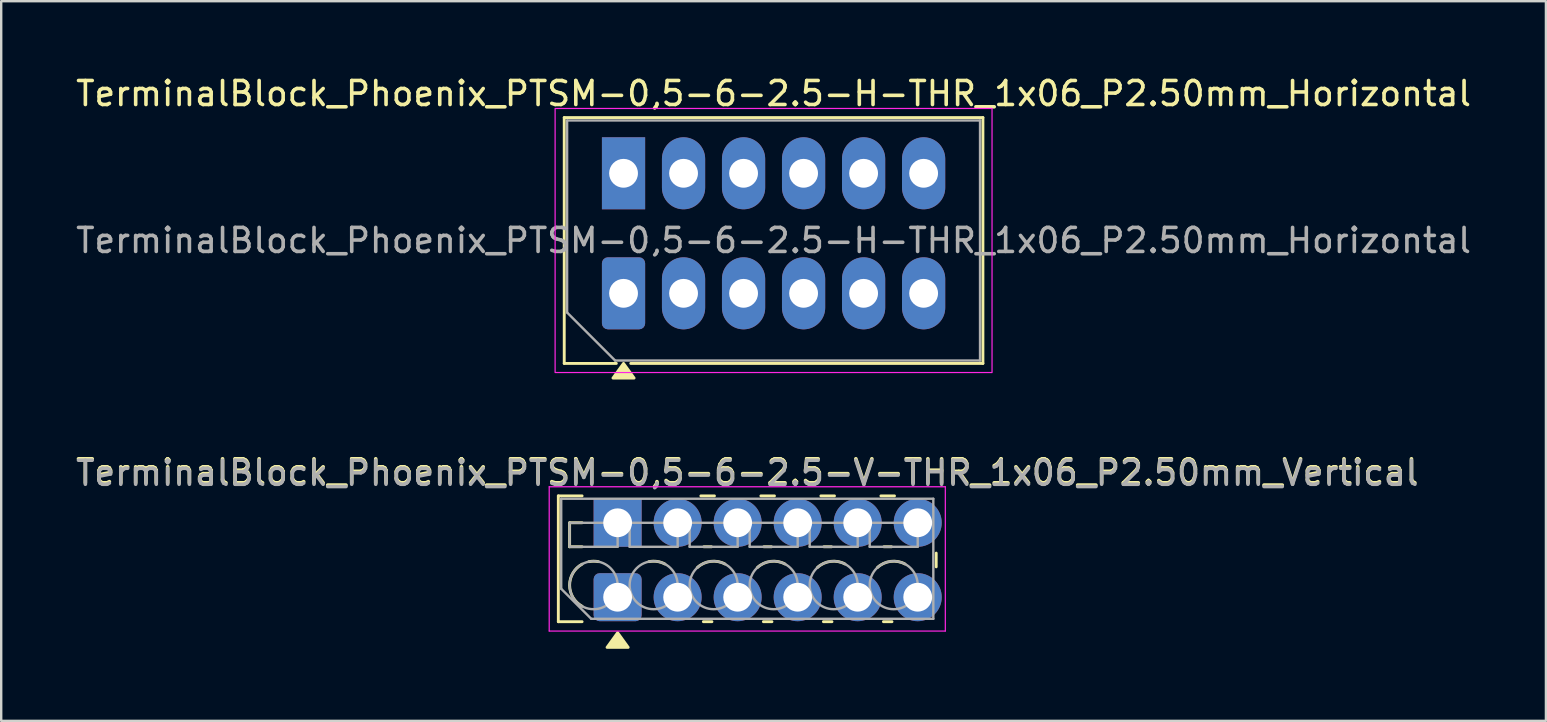
<source format=kicad_pcb>
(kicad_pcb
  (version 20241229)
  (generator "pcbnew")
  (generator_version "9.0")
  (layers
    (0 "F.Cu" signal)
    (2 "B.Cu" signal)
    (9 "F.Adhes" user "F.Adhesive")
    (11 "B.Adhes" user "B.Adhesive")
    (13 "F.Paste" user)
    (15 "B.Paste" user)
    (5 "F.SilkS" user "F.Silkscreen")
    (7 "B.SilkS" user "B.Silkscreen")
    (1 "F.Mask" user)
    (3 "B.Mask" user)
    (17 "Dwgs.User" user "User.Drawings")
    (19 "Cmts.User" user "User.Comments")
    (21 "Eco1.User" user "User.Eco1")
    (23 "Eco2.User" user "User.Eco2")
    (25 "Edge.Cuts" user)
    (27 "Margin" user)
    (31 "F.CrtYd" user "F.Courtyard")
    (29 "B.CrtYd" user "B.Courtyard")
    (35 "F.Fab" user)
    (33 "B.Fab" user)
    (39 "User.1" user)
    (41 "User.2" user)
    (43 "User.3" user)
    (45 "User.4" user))
  (footprint "TerminalBlock_Phoenix_PTSM-0,5-6-2.5-H-THR_1x06_P2.50mm_Horizontal"
    (layer "F.Cu")
    (at 22.923 9.168)
    (property "Reference" "TerminalBlock_Phoenix_PTSM-0,5-6-2.5-H-THR_1x06_P2.50mm_Horizontal" (at 6.25 -8.32 0) (layer "F.SilkS") (effects (font (size 1 1) (thickness 0.15))))
    (attr through_hole)
    (fp_line (start -2.47 -7.32) (end 14.97 -7.32) (stroke (width 0.12) (type solid)) (layer "F.SilkS"))
    (fp_line (start -2.47 2.92) (end -2.47 -7.32) (stroke (width 0.12) (type solid)) (layer "F.SilkS"))
    (fp_line (start -0.3 2.92) (end -2.47 2.92) (stroke (width 0.12) (type solid)) (layer "F.SilkS"))
    (fp_line (start 14.97 -7.32) (end 14.97 2.92) (stroke (width 0.12) (type solid)) (layer "F.SilkS"))
    (fp_line (start 14.97 2.92) (end 0.3 2.92) (stroke (width 0.12) (type solid)) (layer "F.SilkS"))
    (fp_poly (pts (xy 0 2.92) (xy 0.44 3.53) (xy -0.44 3.53)) (stroke (width 0.12) (type solid)) (fill yes) (layer "F.SilkS"))
    (fp_rect (start -2.85 -7.7) (end 15.35 3.3) (stroke (width 0.05) (type solid)) (fill no) (layer "F.CrtYd"))
    (fp_line (start -2.35 -7.2) (end 14.85 -7.2) (stroke (width 0.1) (type solid)) (layer "F.Fab"))
    (fp_line (start -2.35 0.8) (end -2.35 -7.2) (stroke (width 0.1) (type solid)) (layer "F.Fab"))
    (fp_line (start -0.35 2.8) (end -2.35 0.8) (stroke (width 0.1) (type solid)) (layer "F.Fab"))
    (fp_line (start 14.85 -7.2) (end 14.85 2.8) (stroke (width 0.1) (type solid)) (layer "F.Fab"))
    (fp_line (start 14.85 2.8) (end -0.35 2.8) (stroke (width 0.1) (type solid)) (layer "F.Fab"))
    (fp_text user "${REFERENCE}" (at 6.25 -2.2 0) (layer "F.Fab") (effects (font (size 1 1) (thickness 0.15))))
    (pad "1" thru_hole rect (at 0 -5) (size 1.8 3) (drill 1.2) (layers "*.Cu" "*.Mask"))
    (pad "1" thru_hole roundrect (at 0 0) (size 1.8 3) (drill 1.2) (layers "*.Cu" "*.Mask") (roundrect_rratio 0.139))
    (pad "2" thru_hole oval (at 2.5 -5) (size 1.8 3) (drill 1.2) (layers "*.Cu" "*.Mask"))
    (pad "2" thru_hole oval (at 2.5 0) (size 1.8 3) (drill 1.2) (layers "*.Cu" "*.Mask"))
    (pad "3" thru_hole oval (at 5 -5) (size 1.8 3) (drill 1.2) (layers "*.Cu" "*.Mask"))
    (pad "3" thru_hole oval (at 5 0) (size 1.8 3) (drill 1.2) (layers "*.Cu" "*.Mask"))
    (pad "4" thru_hole oval (at 7.5 -5) (size 1.8 3) (drill 1.2) (layers "*.Cu" "*.Mask"))
    (pad "4" thru_hole oval (at 7.5 0) (size 1.8 3) (drill 1.2) (layers "*.Cu" "*.Mask"))
    (pad "5" thru_hole oval (at 10 -5) (size 1.8 3) (drill 1.2) (layers "*.Cu" "*.Mask"))
    (pad "5" thru_hole oval (at 10 0) (size 1.8 3) (drill 1.2) (layers "*.Cu" "*.Mask"))
    (pad "6" thru_hole oval (at 12.5 -5) (size 1.8 3) (drill 1.2) (layers "*.Cu" "*.Mask"))
    (pad "6" thru_hole oval (at 12.5 0) (size 1.8 3) (drill 1.2) (layers "*.Cu" "*.Mask")))
  (footprint "TerminalBlock_Phoenix_PTSM-0,5-6-2.5-V-THR_1x06_P2.50mm_Vertical"
    (layer "F.Cu")
    (at 22.677 21.826)
    (property "Reference" "TerminalBlock_Phoenix_PTSM-0,5-6-2.5-V-THR_1x06_P2.50mm_Vertical" (at 5.4 -5.22 0) (layer "F.SilkS") (effects (font (size 1 1) (thickness 0.15))))
    (attr through_hole)
    (fp_line (start -2.47 -4.22) (end -2.47 1.02) (stroke (width 0.12) (type solid)) (layer "F.SilkS"))
    (fp_line (start -2.47 -4.22) (end -1.48 -4.22) (stroke (width 0.12) (type solid)) (layer "F.SilkS"))
    (fp_line (start -2.47 1.02) (end -1.48 1.02) (stroke (width 0.12) (type solid)) (layer "F.SilkS"))
    (fp_line (start -2 -3.1) (end -2 -2.1) (stroke (width 0.12) (type solid)) (layer "F.SilkS"))
    (fp_line (start -2 -3.1) (end -1.48 -3.1) (stroke (width 0.12) (type solid)) (layer "F.SilkS"))
    (fp_line (start -2 -2.1) (end -1.48 -2.1) (stroke (width 0.12) (type solid)) (layer "F.SilkS"))
    (fp_line (start 3.467 -4.22) (end 4.033 -4.22) (stroke (width 0.12) (type solid)) (layer "F.SilkS"))
    (fp_line (start 3.572 1.02) (end 3.928 1.02) (stroke (width 0.12) (type solid)) (layer "F.SilkS"))
    (fp_line (start 3.591 -2.1) (end 3.909 -2.1) (stroke (width 0.12) (type solid)) (layer "F.SilkS"))
    (fp_line (start 5.967 -4.22) (end 6.533 -4.22) (stroke (width 0.12) (type solid)) (layer "F.SilkS"))
    (fp_line (start 6.072 1.02) (end 6.428 1.02) (stroke (width 0.12) (type solid)) (layer "F.SilkS"))
    (fp_line (start 6.091 -2.1) (end 6.409 -2.1) (stroke (width 0.12) (type solid)) (layer "F.SilkS"))
    (fp_line (start 8.467 -4.22) (end 9.033 -4.22) (stroke (width 0.12) (type solid)) (layer "F.SilkS"))
    (fp_line (start 8.572 1.02) (end 8.928 1.02) (stroke (width 0.12) (type solid)) (layer "F.SilkS"))
    (fp_line (start 8.591 -2.1) (end 8.909 -2.1) (stroke (width 0.12) (type solid)) (layer "F.SilkS"))
    (fp_line (start 10.967 -4.22) (end 11.533 -4.22) (stroke (width 0.12) (type solid)) (layer "F.SilkS"))
    (fp_line (start 11.072 1.02) (end 11.428 1.02) (stroke (width 0.12) (type solid)) (layer "F.SilkS"))
    (fp_line (start 11.091 -2.1) (end 11.409 -2.1) (stroke (width 0.12) (type solid)) (layer "F.SilkS"))
    (fp_line (start 13.27 -1.836) (end 13.27 -1.264) (stroke (width 0.12) (type solid)) (layer "F.SilkS"))
    (fp_arc (start -1.48 0.377) (mid -1.999764 -0.500129) (end -1.479774 -1.377124) (stroke (width 0.12) (type solid)) (layer "F.SilkS"))
    (fp_arc (start -1.199 -1.48) (mid -1.000002 -1.5) (end -0.801005 -1.480001) (stroke (width 0.12) (type solid)) (layer "F.SilkS"))
    (fp_arc (start 1.301 -1.48) (mid 1.644475 -1.489509) (end 1.970893 -1.382191) (stroke (width 0.12) (type solid)) (layer "F.SilkS"))
    (fp_arc (start 3.319 -1.233) (mid 3.871173 -1.492196) (end 4.47123 -1.382605) (stroke (width 0.12) (type solid)) (layer "F.SilkS"))
    (fp_arc (start 5.819 -1.233) (mid 6.371173 -1.492196) (end 6.97123 -1.382605) (stroke (width 0.12) (type solid)) (layer "F.SilkS"))
    (fp_arc (start 8.319 -1.233) (mid 8.871173 -1.492196) (end 9.47123 -1.382605) (stroke (width 0.12) (type solid)) (layer "F.SilkS"))
    (fp_arc (start 10.819 -1.233) (mid 11.371173 -1.492196) (end 11.97123 -1.382605) (stroke (width 0.12) (type solid)) (layer "F.SilkS"))
    (fp_poly (pts (xy 0 1.48) (xy 0.44 2.09) (xy -0.44 2.09)) (stroke (width 0.12) (type solid)) (fill yes) (layer "F.SilkS"))
    (fp_line (start -2.85 -4.6) (end -2.85 1.41) (stroke (width 0.05) (type solid)) (layer "F.CrtYd"))
    (fp_line (start -2.85 1.41) (end 13.65 1.41) (stroke (width 0.05) (type solid)) (layer "F.CrtYd"))
    (fp_line (start 13.65 -4.6) (end -2.85 -4.6) (stroke (width 0.05) (type solid)) (layer "F.CrtYd"))
    (fp_line (start 13.65 1.41) (end 13.65 -4.6) (stroke (width 0.05) (type solid)) (layer "F.CrtYd"))
    (fp_line (start -2.35 -4.1) (end 13.15 -4.1) (stroke (width 0.1) (type solid)) (layer "F.Fab"))
    (fp_line (start -2.35 -0.35) (end -2.35 -4.1) (stroke (width 0.1) (type solid)) (layer "F.Fab"))
    (fp_line (start -2 -3.1) (end -2 -2.1) (stroke (width 0.1) (type solid)) (layer "F.Fab"))
    (fp_line (start -2 -2.1) (end 0 -2.1) (stroke (width 0.1) (type solid)) (layer "F.Fab"))
    (fp_line (start -1.1 0.9) (end -2.35 -0.35) (stroke (width 0.1) (type solid)) (layer "F.Fab"))
    (fp_line (start 0 -3.1) (end -2 -3.1) (stroke (width 0.1) (type solid)) (layer "F.Fab"))
    (fp_line (start 0 -2.1) (end 0 -3.1) (stroke (width 0.1) (type solid)) (layer "F.Fab"))
    (fp_line (start 0.5 -3.1) (end 0.5 -2.1) (stroke (width 0.1) (type solid)) (layer "F.Fab"))
    (fp_line (start 0.5 -2.1) (end 2.5 -2.1) (stroke (width 0.1) (type solid)) (layer "F.Fab"))
    (fp_line (start 2.5 -3.1) (end 0.5 -3.1) (stroke (width 0.1) (type solid)) (layer "F.Fab"))
    (fp_line (start 2.5 -2.1) (end 2.5 -3.1) (stroke (width 0.1) (type solid)) (layer "F.Fab"))
    (fp_line (start 3 -3.1) (end 3 -2.1) (stroke (width 0.1) (type solid)) (layer "F.Fab"))
    (fp_line (start 3 -2.1) (end 5 -2.1) (stroke (width 0.1) (type solid)) (layer "F.Fab"))
    (fp_line (start 5 -3.1) (end 3 -3.1) (stroke (width 0.1) (type solid)) (layer "F.Fab"))
    (fp_line (start 5 -2.1) (end 5 -3.1) (stroke (width 0.1) (type solid)) (layer "F.Fab"))
    (fp_line (start 5.5 -3.1) (end 5.5 -2.1) (stroke (width 0.1) (type solid)) (layer "F.Fab"))
    (fp_line (start 5.5 -2.1) (end 7.5 -2.1) (stroke (width 0.1) (type solid)) (layer "F.Fab"))
    (fp_line (start 7.5 -3.1) (end 5.5 -3.1) (stroke (width 0.1) (type solid)) (layer "F.Fab"))
    (fp_line (start 7.5 -2.1) (end 7.5 -3.1) (stroke (width 0.1) (type solid)) (layer "F.Fab"))
    (fp_line (start 8 -3.1) (end 8 -2.1) (stroke (width 0.1) (type solid)) (layer "F.Fab"))
    (fp_line (start 8 -2.1) (end 10 -2.1) (stroke (width 0.1) (type solid)) (layer "F.Fab"))
    (fp_line (start 10 -3.1) (end 8 -3.1) (stroke (width 0.1) (type solid)) (layer "F.Fab"))
    (fp_line (start 10 -2.1) (end 10 -3.1) (stroke (width 0.1) (type solid)) (layer "F.Fab"))
    (fp_line (start 10.5 -3.1) (end 10.5 -2.1) (stroke (width 0.1) (type solid)) (layer "F.Fab"))
    (fp_line (start 10.5 -2.1) (end 12.5 -2.1) (stroke (width 0.1) (type solid)) (layer "F.Fab"))
    (fp_line (start 12.5 -3.1) (end 10.5 -3.1) (stroke (width 0.1) (type solid)) (layer "F.Fab"))
    (fp_line (start 12.5 -2.1) (end 12.5 -3.1) (stroke (width 0.1) (type solid)) (layer "F.Fab"))
    (fp_line (start 13.15 -4.1) (end 13.15 0.9) (stroke (width 0.1) (type solid)) (layer "F.Fab"))
    (fp_line (start 13.15 0.9) (end -1.1 0.9) (stroke (width 0.1) (type solid)) (layer "F.Fab"))
    (fp_circle (center -1 -0.5) (end 0 -0.5) (stroke (width 0.1) (type solid)) (fill no) (layer "F.Fab"))
    (fp_circle (center 1.5 -0.5) (end 2.5 -0.5) (stroke (width 0.1) (type solid)) (fill no) (layer "F.Fab"))
    (fp_circle (center 4 -0.5) (end 5 -0.5) (stroke (width 0.1) (type solid)) (fill no) (layer "F.Fab"))
    (fp_circle (center 6.5 -0.5) (end 7.5 -0.5) (stroke (width 0.1) (type solid)) (fill no) (layer "F.Fab"))
    (fp_circle (center 9 -0.5) (end 10 -0.5) (stroke (width 0.1) (type solid)) (fill no) (layer "F.Fab"))
    (fp_circle (center 11.5 -0.5) (end 12.5 -0.5) (stroke (width 0.1) (type solid)) (fill no) (layer "F.Fab"))
    (fp_text user "${REFERENCE}" (at 5.4 -5.16 0) (layer "F.Fab") (effects (font (size 1 1) (thickness 0.15))))
    (pad "1" thru_hole rect (at 0 -3.1) (size 2 2) (drill 1.2) (layers "*.Cu" "*.Mask"))
    (pad "1" thru_hole roundrect (at 0 0) (size 2 2) (drill 1.2) (layers "*.Cu" "*.Mask") (roundrect_rratio 0.125))
    (pad "2" thru_hole circle (at 2.5 -3.1) (size 2 2) (drill 1.2) (layers "*.Cu" "*.Mask"))
    (pad "2" thru_hole circle (at 2.5 0) (size 2 2) (drill 1.2) (layers "*.Cu" "*.Mask"))
    (pad "3" thru_hole circle (at 5 -3.1) (size 2 2) (drill 1.2) (layers "*.Cu" "*.Mask"))
    (pad "3" thru_hole circle (at 5 0) (size 2 2) (drill 1.2) (layers "*.Cu" "*.Mask"))
    (pad "4" thru_hole circle (at 7.5 -3.1) (size 2 2) (drill 1.2) (layers "*.Cu" "*.Mask"))
    (pad "4" thru_hole circle (at 7.5 0) (size 2 2) (drill 1.2) (layers "*.Cu" "*.Mask"))
    (pad "5" thru_hole circle (at 10 -3.1) (size 2 2) (drill 1.2) (layers "*.Cu" "*.Mask"))
    (pad "5" thru_hole circle (at 10 0) (size 2 2) (drill 1.2) (layers "*.Cu" "*.Mask"))
    (pad "6" thru_hole circle (at 12.5 -3.1) (size 2 2) (drill 1.2) (layers "*.Cu" "*.Mask"))
    (pad "6" thru_hole circle (at 12.5 0) (size 2 2) (drill 1.2) (layers "*.Cu" "*.Mask")))
  (gr_rect
    (start -3 -3)
    (end 61.345 26.977)
    (stroke (width 0.1) (type default))
    (fill no)
    (layer "Edge.Cuts")))
</source>
